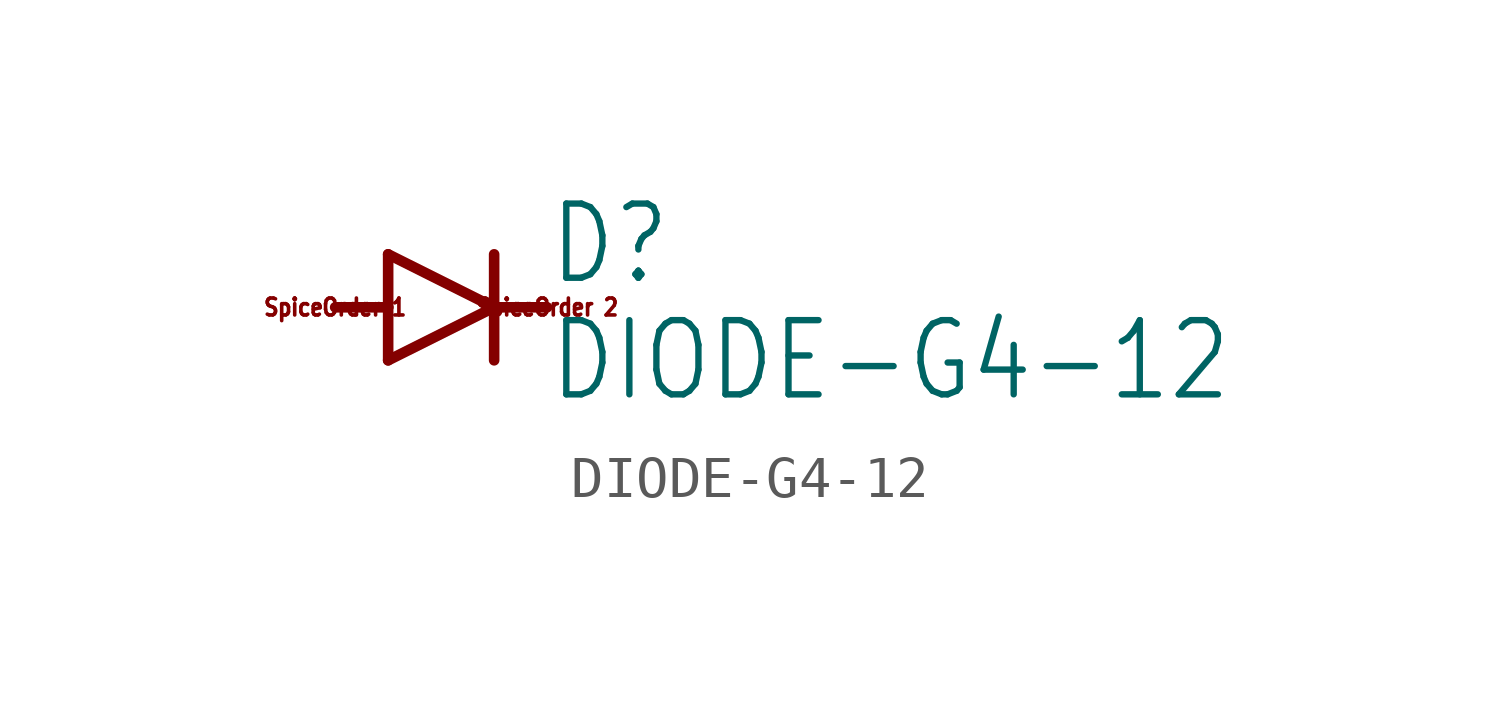
<source format=kicad_sym>
(kicad_symbol_lib
  (version 20211014)
  (generator kicad_symbol_editor)
  (symbol "DIODE-G4-12"
    (property "Reference" "D"
      (at 2.54 0.483 0)
      (effects (font (size 1.778 1.511)) (justify left bottom)))
    (property "Value" "DIODE-G4-12"
      (at 2.54 -2.311 0)
      (effects (font (size 1.778 1.511)) (justify left bottom)))
    (property "ki_locked" ""
      (at 0 0 0)
      (effects (font (size 1.27 1.27))))
    (symbol "DIODE-G4-12_1_0"
      (polyline (pts (xy -1.27 -1.27) (xy 1.27 0)) (stroke (width 0.254) (type default) (color 0 0 0 0)) (fill (type none)))
      (polyline (pts (xy -1.27 0) (xy -2.54 0)) (stroke (width 0.254) (type default) (color 0 0 0 0)) (fill (type none)))
      (polyline (pts (xy -1.27 0) (xy -1.27 -1.27)) (stroke (width 0.254) (type default) (color 0 0 0 0)) (fill (type none)))
      (polyline (pts (xy -1.27 1.27) (xy -1.27 0)) (stroke (width 0.254) (type default) (color 0 0 0 0)) (fill (type none)))
      (polyline (pts (xy 1.27 0) (xy -1.27 1.27)) (stroke (width 0.254) (type default) (color 0 0 0 0)) (fill (type none)))
      (polyline (pts (xy 1.27 0) (xy 1.27 -1.27)) (stroke (width 0.254) (type default) (color 0 0 0 0)) (fill (type none)))
      (polyline (pts (xy 1.27 1.27) (xy 1.27 0)) (stroke (width 0.254) (type default) (color 0 0 0 0)) (fill (type none)))
      (polyline (pts (xy 2.54 0) (xy 1.27 0)) (stroke (width 0.254) (type default) (color 0 0 0 0)) (fill (type none)))
      (text "SpiceOrder 1" (at -2.54 0 0) (effects (font (size 0.406 0.345))))
      (text "SpiceOrder 2" (at 2.54 0 0) (effects (font (size 0.406 0.345))))
      (pin passive line (at -2.54 0 0) (length 0) (name "A" (effects (font (size 0 0)))) (number "A" (effects (font (size 0 0)))))
      (pin passive line (at 2.54 0 180) (length 0) (name "C" (effects (font (size 0 0)))) (number "C" (effects (font (size 0 0))))))))
</source>
